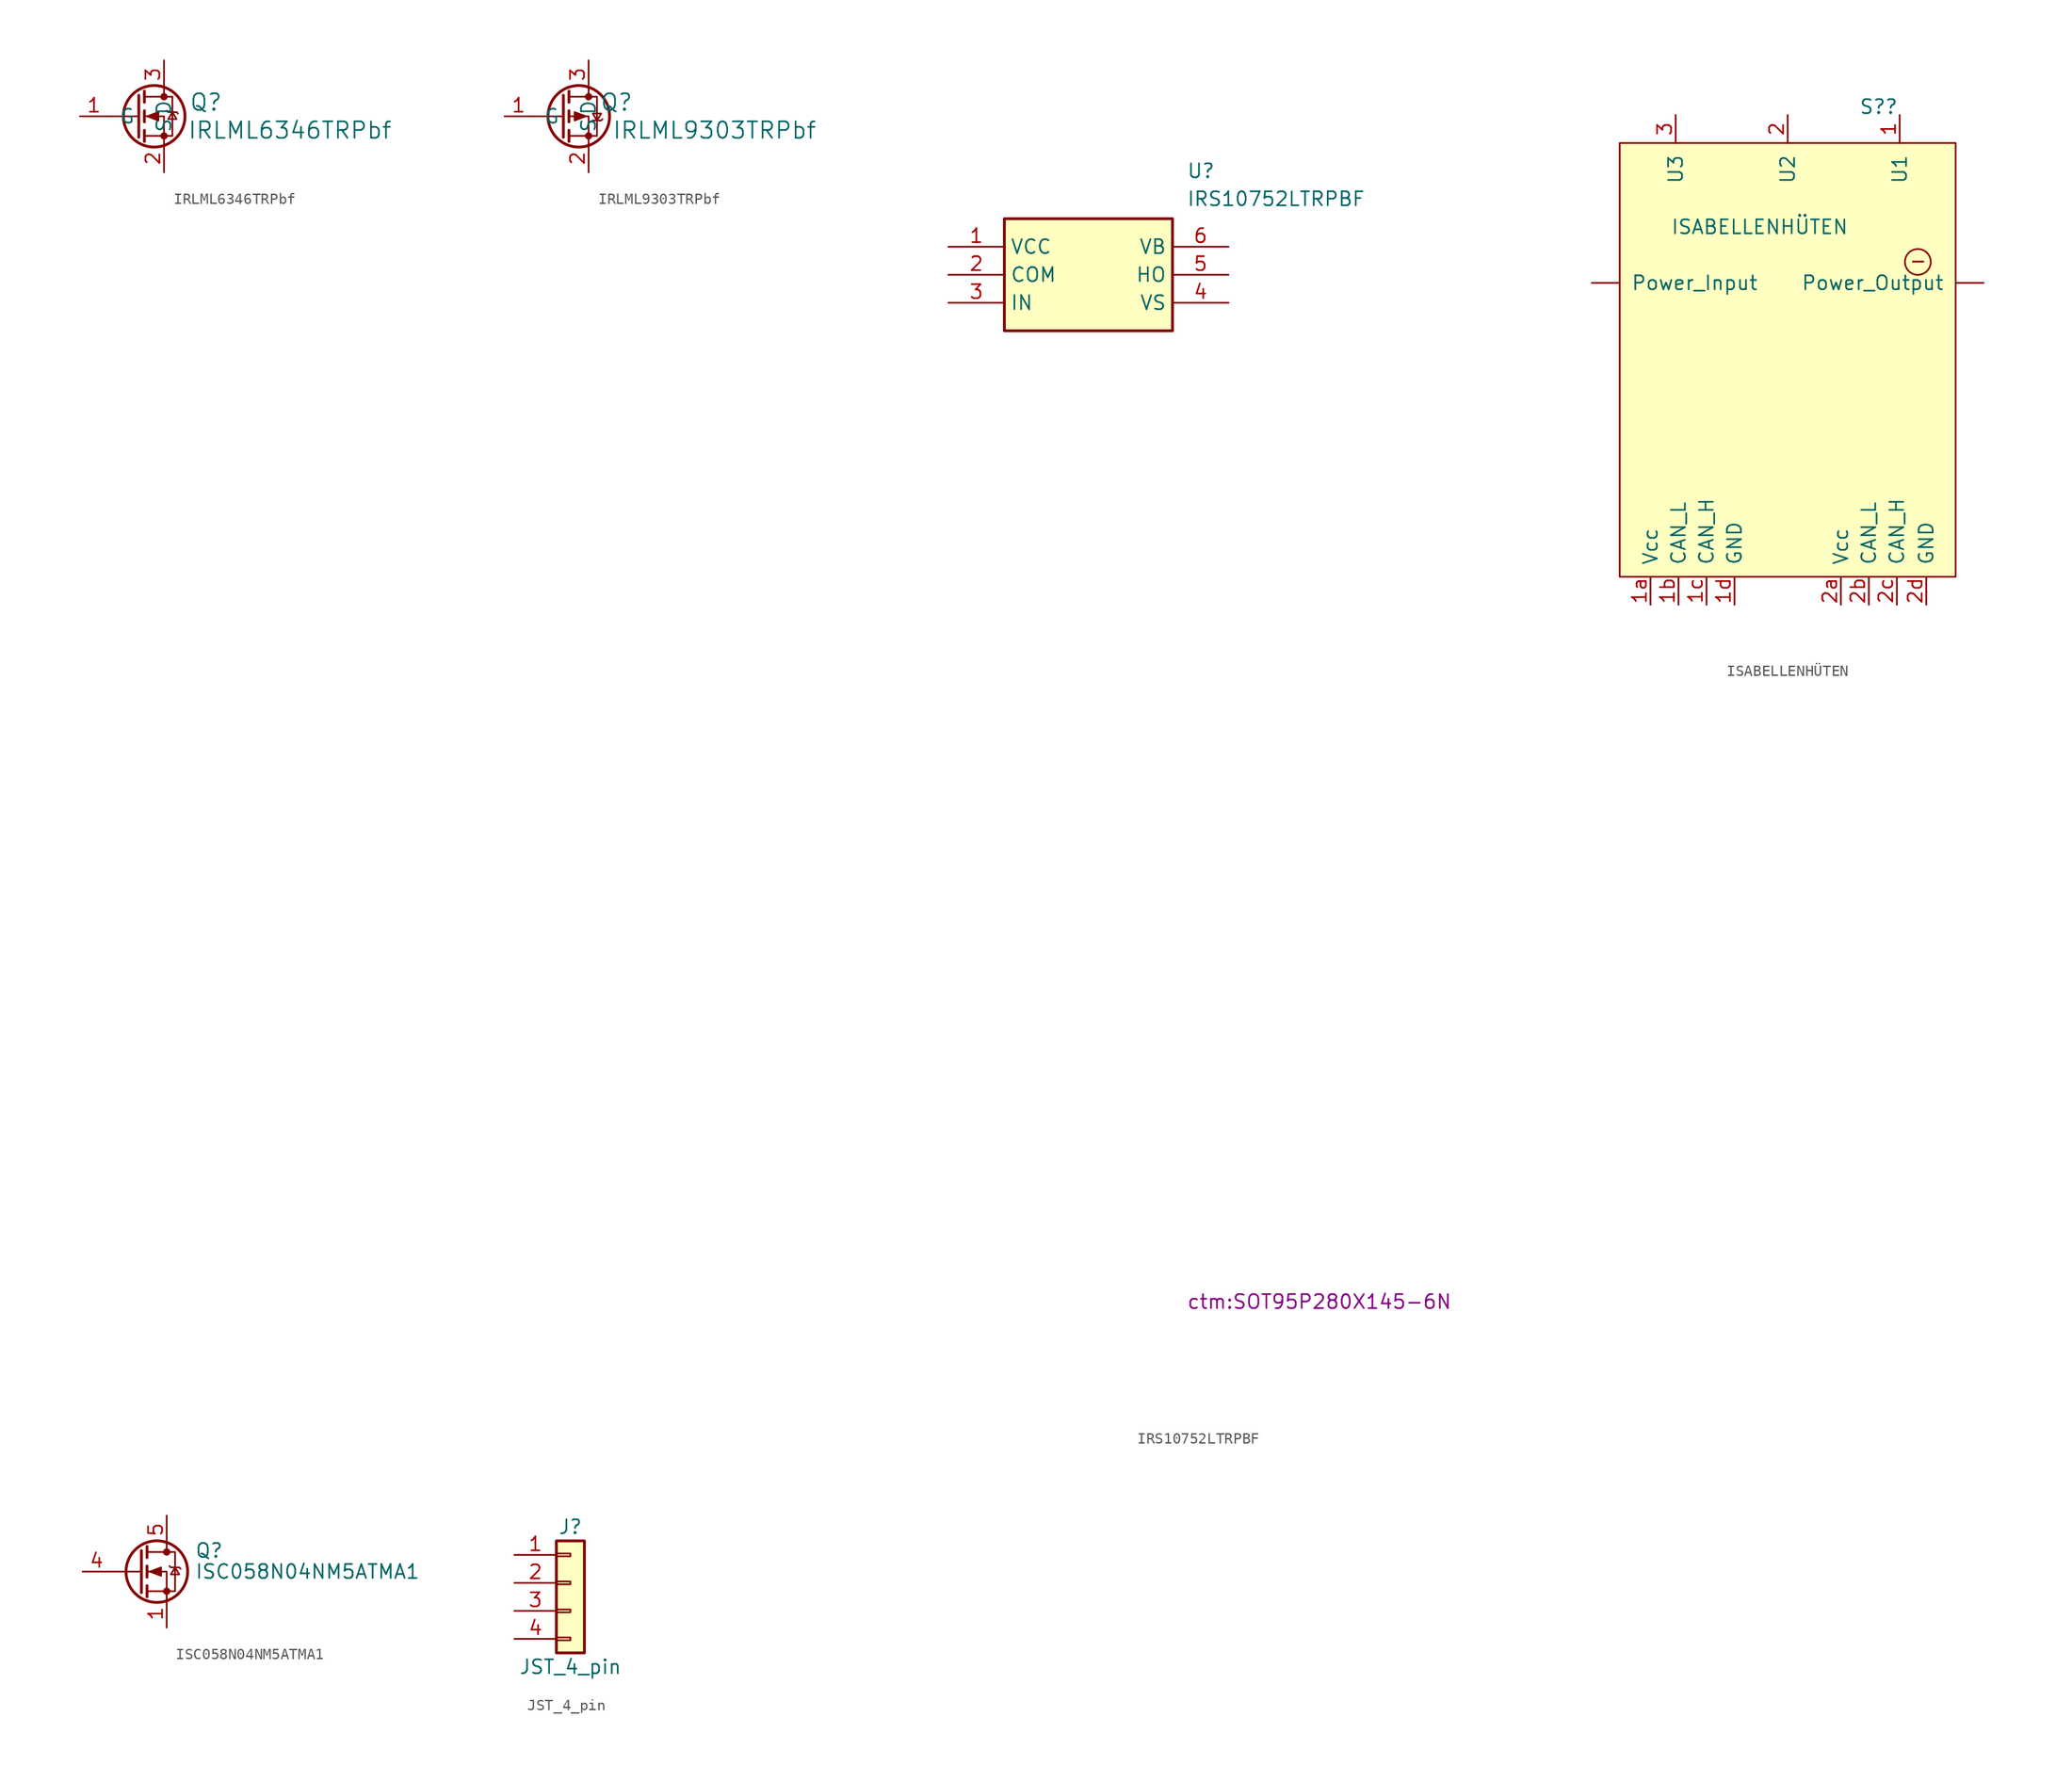
<source format=kicad_sym>
(kicad_symbol_lib
  (version 20231120)
  (generator "kicad_symbol_editor")
  (generator_version "8.0")
  (symbol "IRLML6346TRPbf"
    (pin_names
      (offset 1.016))
    (property "Reference" "Q"
      (at 5.08 1.27 0)
      (effects (font (size 1.499 1.499))))
    (property "Value" "IRLML6346TRPbf"
      (at 12.7 -1.27 0)
      (effects (font (size 1.499 1.499))))
    (symbol "IRLML6346TRPbf_1_1"
      (polyline (pts (xy -1.016 0) (xy -3.81 0)) (stroke (width 0) (type default)) (fill (type none)))
      (polyline (pts (xy -1.016 1.905) (xy -1.016 -1.905)) (stroke (width 0.254) (type default)) (fill (type none)))
      (polyline (pts (xy -0.508 -1.27) (xy -0.508 -2.286)) (stroke (width 0.254) (type default)) (fill (type none)))
      (polyline (pts (xy -0.508 0.508) (xy -0.508 -0.508)) (stroke (width 0.254) (type default)) (fill (type none)))
      (polyline (pts (xy -0.508 2.286) (xy -0.508 1.27)) (stroke (width 0.254) (type default)) (fill (type none)))
      (polyline (pts (xy 1.27 2.54) (xy 1.27 1.778)) (stroke (width 0) (type default)) (fill (type none)))
      (polyline (pts (xy 1.27 -2.54) (xy 1.27 0) (xy -0.508 0)) (stroke (width 0) (type default)) (fill (type none)))
      (polyline (pts (xy -0.508 -1.778) (xy 2.032 -1.778) (xy 2.032 1.778) (xy -0.508 1.778)) (stroke (width 0) (type default)) (fill (type none)))
      (polyline (pts (xy -0.254 0) (xy 0.762 0.381) (xy 0.762 -0.381) (xy -0.254 0)) (stroke (width 0) (type default)) (fill (type outline)))
      (polyline (pts (xy 1.524 0.508) (xy 1.651 0.381) (xy 2.413 0.381) (xy 2.54 0.254)) (stroke (width 0) (type default)) (fill (type none)))
      (polyline (pts (xy 2.032 0.381) (xy 1.651 -0.254) (xy 2.413 -0.254) (xy 2.032 0.381)) (stroke (width 0) (type default)) (fill (type none)))
      (circle (center 0.381 0) (radius 2.794) (stroke (width 0.254) (type default)) (fill (type none)))
      (circle (center 1.27 -1.778) (radius 0.254) (stroke (width 0) (type default)) (fill (type outline)))
      (circle (center 1.27 1.778) (radius 0.254) (stroke (width 0) (type default)) (fill (type outline)))
      (pin input line (at -6.35 0 0) (length 2.54) (name "G" (effects (font (size 1.27 1.27)))) (number "1" (effects (font (size 1.27 1.27)))))
      (pin passive line (at 1.27 -5.08 90) (length 2.54) (name "S" (effects (font (size 1.27 1.27)))) (number "2" (effects (font (size 1.27 1.27)))))
      (pin passive line (at 1.27 5.08 270) (length 2.54) (name "D" (effects (font (size 1.27 1.27)))) (number "3" (effects (font (size 1.27 1.27)))))))
  (symbol "IRLML9303TRPbf"
    (pin_names
      (offset 1.016))
    (property "Reference" "Q"
      (at 3.81 1.27 0)
      (effects (font (size 1.499 1.499))))
    (property "Value" "IRLML9303TRPbf"
      (at 12.7 -1.27 0)
      (effects (font (size 1.499 1.499))))
    (symbol "IRLML9303TRPbf_1_1"
      (polyline (pts (xy -1.016 0) (xy -3.81 0)) (stroke (width 0) (type default)) (fill (type none)))
      (polyline (pts (xy -1.016 1.905) (xy -1.016 -1.905)) (stroke (width 0.254) (type default)) (fill (type none)))
      (polyline (pts (xy -0.508 -1.27) (xy -0.508 -2.286)) (stroke (width 0.254) (type default)) (fill (type none)))
      (polyline (pts (xy -0.508 0.508) (xy -0.508 -0.508)) (stroke (width 0.254) (type default)) (fill (type none)))
      (polyline (pts (xy -0.508 2.286) (xy -0.508 1.27)) (stroke (width 0.254) (type default)) (fill (type none)))
      (polyline (pts (xy 1.27 2.54) (xy 1.27 1.778)) (stroke (width 0) (type default)) (fill (type none)))
      (polyline (pts (xy 1.27 -2.54) (xy 1.27 0) (xy -0.508 0)) (stroke (width 0) (type default)) (fill (type none)))
      (polyline (pts (xy -0.508 1.778) (xy 2.032 1.778) (xy 2.032 -1.778) (xy -0.508 -1.778)) (stroke (width 0) (type default)) (fill (type none)))
      (polyline (pts (xy 1.016 0) (xy 0 0.381) (xy 0 -0.381) (xy 1.016 0)) (stroke (width 0) (type default)) (fill (type outline)))
      (polyline (pts (xy 1.524 -0.508) (xy 1.651 -0.381) (xy 2.413 -0.381) (xy 2.54 -0.254)) (stroke (width 0) (type default)) (fill (type none)))
      (polyline (pts (xy 2.032 -0.381) (xy 1.651 0.254) (xy 2.413 0.254) (xy 2.032 -0.381)) (stroke (width 0) (type default)) (fill (type none)))
      (circle (center 0.381 0) (radius 2.794) (stroke (width 0.254) (type default)) (fill (type none)))
      (circle (center 1.27 -1.778) (radius 0.254) (stroke (width 0) (type default)) (fill (type outline)))
      (circle (center 1.27 1.778) (radius 0.254) (stroke (width 0) (type default)) (fill (type outline)))
      (pin input line (at -6.35 0 0) (length 2.54) (name "G" (effects (font (size 1.27 1.27)))) (number "1" (effects (font (size 1.27 1.27)))))
      (pin passive line (at 1.27 -5.08 90) (length 2.54) (name "S" (effects (font (size 1.27 1.27)))) (number "2" (effects (font (size 1.27 1.27)))))
      (pin passive line (at 1.27 5.08 270) (length 2.54) (name "D" (effects (font (size 1.27 1.27)))) (number "3" (effects (font (size 1.27 1.27)))))))
  (symbol "IRS10752LTRPBF"
    (property "Reference" "U"
      (at 21.59 7.62 0)
      (effects (font (size 1.27 1.27)) (justify left top)))
    (property "Value" "IRS10752LTRPBF"
      (at 21.59 5.08 0)
      (effects (font (size 1.27 1.27)) (justify left top)))
    (property "Footprint" "ctm:SOT95P280X145-6N"
      (at 21.59 -94.92 0)
      (effects (font (size 1.27 1.27)) (justify left top)))
    (symbol "IRS10752LTRPBF_1_1"
      (rectangle (start 5.08 2.54) (end 20.32 -7.62) (stroke (width 0.254) (type default)) (fill (type background)))
      (pin passive line (at 0 0 0) (length 5.08) (name "VCC" (effects (font (size 1.27 1.27)))) (number "1" (effects (font (size 1.27 1.27)))))
      (pin passive line (at 0 -2.54 0) (length 5.08) (name "COM" (effects (font (size 1.27 1.27)))) (number "2" (effects (font (size 1.27 1.27)))))
      (pin passive line (at 0 -5.08 0) (length 5.08) (name "IN" (effects (font (size 1.27 1.27)))) (number "3" (effects (font (size 1.27 1.27)))))
      (pin passive line (at 25.4 -5.08 180) (length 5.08) (name "VS" (effects (font (size 1.27 1.27)))) (number "4" (effects (font (size 1.27 1.27)))))
      (pin passive line (at 25.4 -2.54 180) (length 5.08) (name "HO" (effects (font (size 1.27 1.27)))) (number "5" (effects (font (size 1.27 1.27)))))
      (pin passive line (at 25.4 0 180) (length 5.08) (name "VB" (effects (font (size 1.27 1.27)))) (number "6" (effects (font (size 1.27 1.27)))))))
  (symbol "ISABELLENHÜTEN"
    (pin_names
      (offset 1.016))
    (property "Reference" "S?"
      (at 15.875 10.909 0)
      (effects (font (size 1.27 1.27))))
    (property "Value" "ISABELLENHÜTEN"
      (at 5.08 0 0)
      (effects (font (size 1.27 1.27))))
    (symbol "ISABELLENHÜTEN_0_0"
      (circle (center 19.431 -3.175) (radius 1.171) (stroke (width 0) (type default)) (fill (type none)))
      (text "- " (at 19.939 -3.048 0) (effects (font (size 1.27 1.27)))))
    (symbol "ISABELLENHÜTEN_0_1"
      (rectangle (start -7.62 7.62) (end 22.86 -31.75) (stroke (width 0) (type default)) (fill (type background))))
    (symbol "ISABELLENHÜTEN_1_1"
      (pin passive line (at 17.78 10.16 270) (length 2.54) (name "U1" (effects (font (size 1.27 1.27)))) (number "1" (effects (font (size 1.27 1.27)))))
      (pin power_in line (at -4.826 -34.29 90) (length 2.54) (name "Vcc" (effects (font (size 1.27 1.27)))) (number "1a" (effects (font (size 1.27 1.27)))))
      (pin bidirectional line (at -2.286 -34.29 90) (length 2.54) (name "CAN_L" (effects (font (size 1.27 1.27)))) (number "1b" (effects (font (size 1.27 1.27)))))
      (pin bidirectional line (at 0.254 -34.29 90) (length 2.54) (name "CAN_H" (effects (font (size 1.27 1.27)))) (number "1c" (effects (font (size 1.27 1.27)))))
      (pin power_in line (at 2.794 -34.29 90) (length 2.54) (name "GND" (effects (font (size 1.27 1.27)))) (number "1d" (effects (font (size 1.27 1.27)))))
      (pin passive line (at 7.62 10.16 270) (length 2.54) (name "U2" (effects (font (size 1.27 1.27)))) (number "2" (effects (font (size 1.27 1.27)))))
      (pin power_in line (at 12.446 -34.29 90) (length 2.54) (name "Vcc" (effects (font (size 1.27 1.27)))) (number "2a" (effects (font (size 1.27 1.27)))))
      (pin bidirectional line (at 14.986 -34.29 90) (length 2.54) (name "CAN_L" (effects (font (size 1.27 1.27)))) (number "2b" (effects (font (size 1.27 1.27)))))
      (pin bidirectional line (at 17.526 -34.29 90) (length 2.54) (name "CAN_H" (effects (font (size 1.27 1.27)))) (number "2c" (effects (font (size 1.27 1.27)))))
      (pin power_in line (at 20.193 -34.29 90) (length 2.54) (name "GND" (effects (font (size 1.27 1.27)))) (number "2d" (effects (font (size 1.27 1.27)))))
      (pin passive line (at -2.54 10.16 270) (length 2.54) (name "U3" (effects (font (size 1.27 1.27)))) (number "3" (effects (font (size 1.27 1.27)))))
      (pin power_in line (at -10.16 -5.08 0) (length 2.54) (name "Power_Input" (effects (font (size 1.27 1.27)))) (number "~" (effects (font (size 1.27 1.27)))))
      (pin power_out line (at 25.4 -5.08 180) (length 2.54) (name "Power_Output" (effects (font (size 1.27 1.27)))) (number "~" (effects (font (size 1.27 1.27)))))))
  (symbol "ISC058N04NM5ATMA1"
    (pin_names hide)
    (property "Reference" "Q"
      (at 5.08 1.905 0)
      (effects (font (size 1.27 1.27)) (justify left)))
    (property "Value" "ISC058N04NM5ATMA1"
      (at 5.08 0 0)
      (effects (font (size 1.27 1.27)) (justify left)))
    (symbol "ISC058N04NM5ATMA1_0_1"
      (polyline (pts (xy 0.254 0) (xy -2.54 0)) (stroke (width 0) (type default)) (fill (type none)))
      (polyline (pts (xy 0.254 1.905) (xy 0.254 -1.905)) (stroke (width 0.254) (type default)) (fill (type none)))
      (polyline (pts (xy 0.762 -1.27) (xy 0.762 -2.286)) (stroke (width 0.254) (type default)) (fill (type none)))
      (polyline (pts (xy 0.762 0.508) (xy 0.762 -0.508)) (stroke (width 0.254) (type default)) (fill (type none)))
      (polyline (pts (xy 0.762 2.286) (xy 0.762 1.27)) (stroke (width 0.254) (type default)) (fill (type none)))
      (polyline (pts (xy 2.54 2.54) (xy 2.54 1.778)) (stroke (width 0) (type default)) (fill (type none)))
      (polyline (pts (xy 2.54 -2.54) (xy 2.54 0) (xy 0.762 0)) (stroke (width 0) (type default)) (fill (type none)))
      (polyline (pts (xy 0.762 -1.778) (xy 3.302 -1.778) (xy 3.302 1.778) (xy 0.762 1.778)) (stroke (width 0) (type default)) (fill (type none)))
      (polyline (pts (xy 1.016 0) (xy 2.032 0.381) (xy 2.032 -0.381) (xy 1.016 0)) (stroke (width 0) (type default)) (fill (type outline)))
      (polyline (pts (xy 2.794 0.508) (xy 2.921 0.381) (xy 3.683 0.381) (xy 3.81 0.254)) (stroke (width 0) (type default)) (fill (type none)))
      (polyline (pts (xy 3.302 0.381) (xy 2.921 -0.254) (xy 3.683 -0.254) (xy 3.302 0.381)) (stroke (width 0) (type default)) (fill (type none)))
      (circle (center 1.651 0) (radius 2.794) (stroke (width 0.254) (type default)) (fill (type none)))
      (circle (center 2.54 -1.778) (radius 0.254) (stroke (width 0) (type default)) (fill (type outline)))
      (circle (center 2.54 1.778) (radius 0.254) (stroke (width 0) (type default)) (fill (type outline))))
    (symbol "ISC058N04NM5ATMA1_1_1"
      (pin passive line (at 2.54 -5.08 90) (length 2.54) (name "S" (effects (font (size 1.27 1.27)))) (number "1" (effects (font (size 1.27 1.27)))))
      (pin passive line (at 2.54 -5.08 90) (length 2.54) hide (name "S" (effects (font (size 1.27 1.27)))) (number "2" (effects (font (size 1.27 1.27)))))
      (pin passive line (at 2.54 -5.08 90) (length 2.54) hide (name "S" (effects (font (size 1.27 1.27)))) (number "3" (effects (font (size 1.27 1.27)))))
      (pin passive line (at -5.08 0 0) (length 2.54) (name "G" (effects (font (size 1.27 1.27)))) (number "4" (effects (font (size 1.27 1.27)))))
      (pin passive line (at 2.54 5.08 270) (length 2.54) (name "D" (effects (font (size 1.27 1.27)))) (number "5" (effects (font (size 1.27 1.27)))))))
  (symbol "JST_4_pin"
    (pin_names
      (offset 1.016) hide)
    (property "Reference" "J"
      (at 0 5.08 0)
      (effects (font (size 1.27 1.27))))
    (property "Value" "JST_4_pin"
      (at 0 -7.62 0)
      (effects (font (size 1.27 1.27))))
    (symbol "JST_4_pin_1_1"
      (rectangle (start -1.27 -4.953) (end 0 -5.207) (stroke (width 0.152) (type default)) (fill (type none)))
      (rectangle (start -1.27 -2.413) (end 0 -2.667) (stroke (width 0.152) (type default)) (fill (type none)))
      (rectangle (start -1.27 0.127) (end 0 -0.127) (stroke (width 0.152) (type default)) (fill (type none)))
      (rectangle (start -1.27 2.667) (end 0 2.413) (stroke (width 0.152) (type default)) (fill (type none)))
      (rectangle (start -1.27 3.81) (end 1.27 -6.35) (stroke (width 0.254) (type default)) (fill (type background)))
      (pin passive line (at -5.08 2.54 0) (length 3.81) (name "Pin_1" (effects (font (size 1.27 1.27)))) (number "1" (effects (font (size 1.27 1.27)))))
      (pin passive line (at -5.08 0 0) (length 3.81) (name "Pin_2" (effects (font (size 1.27 1.27)))) (number "2" (effects (font (size 1.27 1.27)))))
      (pin passive line (at -5.08 -2.54 0) (length 3.81) (name "Pin_3" (effects (font (size 1.27 1.27)))) (number "3" (effects (font (size 1.27 1.27)))))
      (pin passive line (at -5.08 -5.08 0) (length 3.81) (name "Pin_4" (effects (font (size 1.27 1.27)))) (number "4" (effects (font (size 1.27 1.27))))))))
</source>
